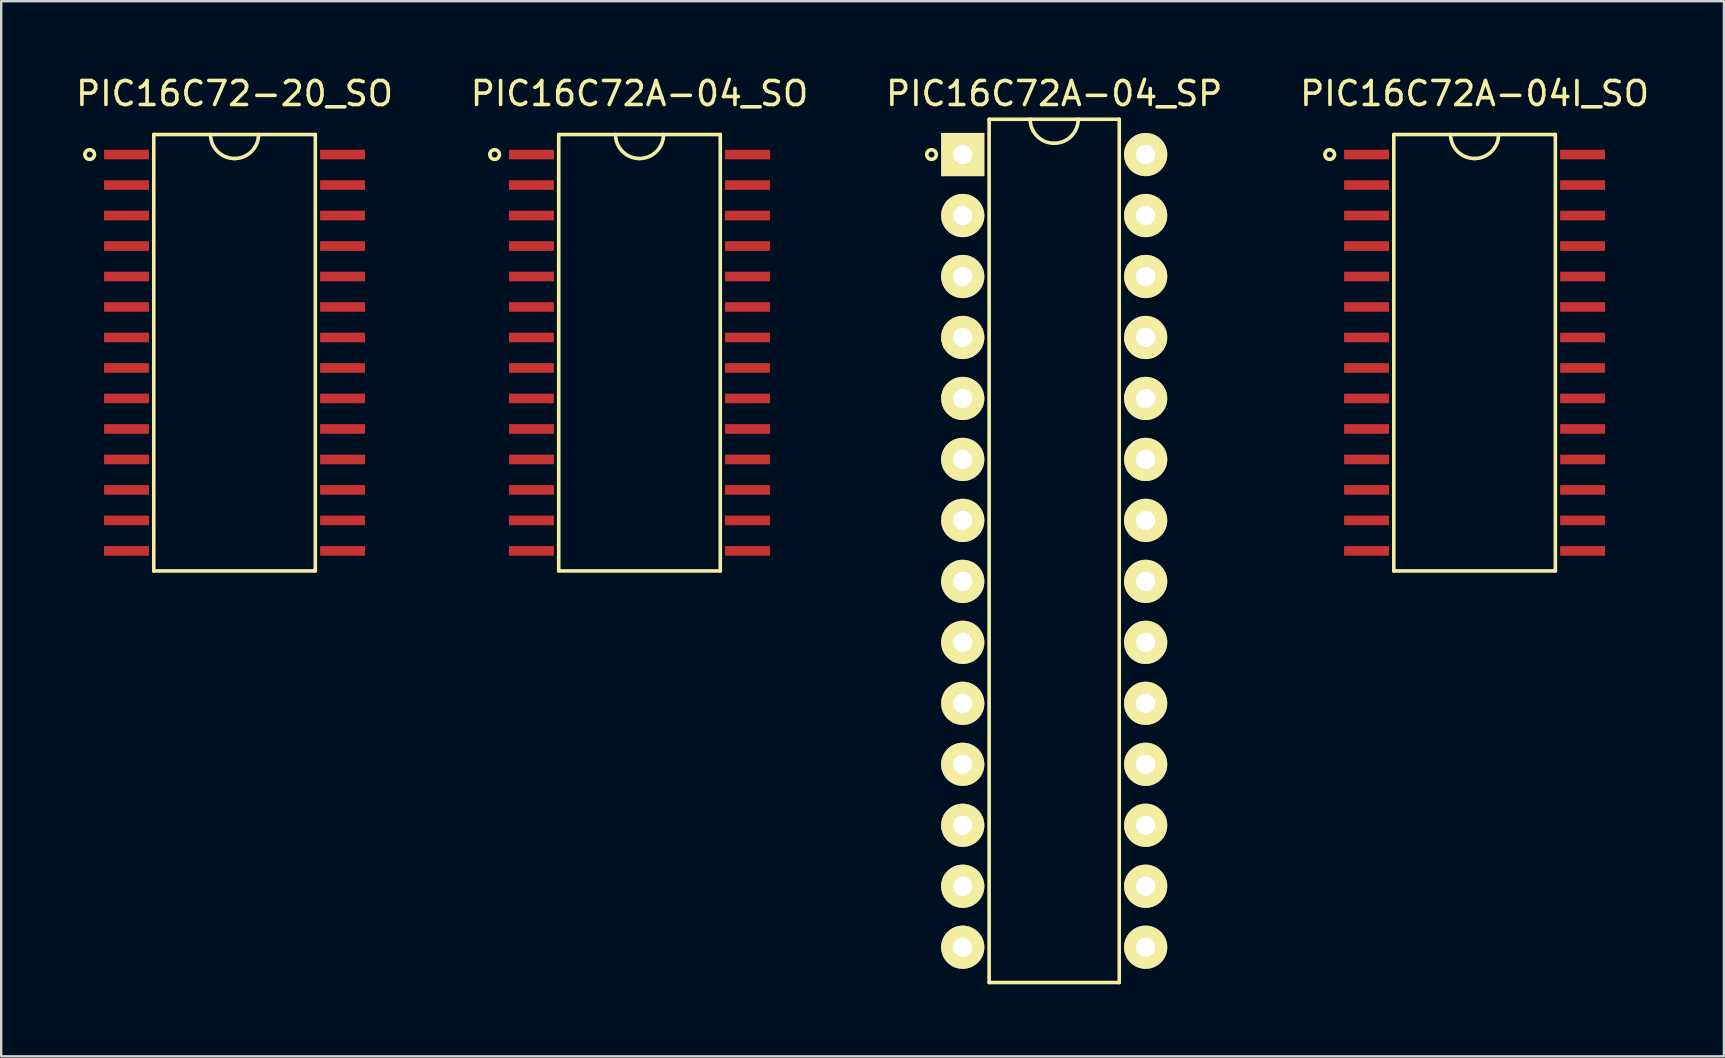
<source format=kicad_pcb>
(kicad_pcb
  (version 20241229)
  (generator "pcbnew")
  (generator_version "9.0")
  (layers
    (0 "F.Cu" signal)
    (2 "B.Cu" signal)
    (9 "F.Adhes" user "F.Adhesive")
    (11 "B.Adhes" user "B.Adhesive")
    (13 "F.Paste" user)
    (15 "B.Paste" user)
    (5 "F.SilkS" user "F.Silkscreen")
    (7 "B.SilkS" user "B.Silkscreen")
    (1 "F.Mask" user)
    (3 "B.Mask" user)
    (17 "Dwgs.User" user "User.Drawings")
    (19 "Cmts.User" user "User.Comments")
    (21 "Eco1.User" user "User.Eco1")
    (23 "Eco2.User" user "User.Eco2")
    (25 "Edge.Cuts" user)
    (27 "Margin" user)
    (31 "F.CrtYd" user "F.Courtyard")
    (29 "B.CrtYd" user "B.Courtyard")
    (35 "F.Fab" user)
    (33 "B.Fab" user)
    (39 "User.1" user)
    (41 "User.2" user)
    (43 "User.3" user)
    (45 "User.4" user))
  (footprint "PIC16C72-20_SO"
    (layer "F.Cu")
    (at 2.22 3.388)
    (property "Reference" "PIC16C72-20_SO" (at 4.5 -2.54 0) (layer "F.SilkS") (effects (font (size 1 1) (thickness 0.15))))
    (attr through_hole)
    (fp_line (start 1.135 -0.835) (end 7.865 -0.835) (stroke (width 0.15) (type solid)) (layer "F.SilkS"))
    (fp_line (start 1.135 17.345) (end 1.135 -0.835) (stroke (width 0.15) (type solid)) (layer "F.SilkS"))
    (fp_line (start 7.865 -0.835) (end 7.865 17.345) (stroke (width 0.15) (type solid)) (layer "F.SilkS"))
    (fp_line (start 7.865 17.345) (end 1.135 17.345) (stroke (width 0.15) (type solid)) (layer "F.SilkS"))
    (fp_arc (start 4.5 0.165) (mid 3.792893 -0.127893) (end 3.5 -0.835) (stroke (width 0.15) (type solid)) (layer "F.SilkS"))
    (fp_arc (start 5.5 -0.835) (mid 5.207107 -0.127893) (end 4.5 0.165) (stroke (width 0.15) (type solid)) (layer "F.SilkS"))
    (fp_circle (center -1.535 0) (end -1.535 0.2) (stroke (width 0.15) (type solid)) (fill no) (layer "F.SilkS"))
    (pad "1" smd rect (at 0 0) (size 1.87 0.4) (layers "F.Cu" "F.Mask" "F.Paste"))
    (pad "2" smd rect (at 0 1.27) (size 1.87 0.4) (layers "F.Cu" "F.Mask" "F.Paste"))
    (pad "3" smd rect (at 0 2.54) (size 1.87 0.4) (layers "F.Cu" "F.Mask" "F.Paste"))
    (pad "4" smd rect (at 0 3.81) (size 1.87 0.4) (layers "F.Cu" "F.Mask" "F.Paste"))
    (pad "5" smd rect (at 0 5.08) (size 1.87 0.4) (layers "F.Cu" "F.Mask" "F.Paste"))
    (pad "6" smd rect (at 0 6.35) (size 1.87 0.4) (layers "F.Cu" "F.Mask" "F.Paste"))
    (pad "7" smd rect (at 0 7.62) (size 1.87 0.4) (layers "F.Cu" "F.Mask" "F.Paste"))
    (pad "8" smd rect (at 0 8.89) (size 1.87 0.4) (layers "F.Cu" "F.Mask" "F.Paste"))
    (pad "9" smd rect (at 0 10.16) (size 1.87 0.4) (layers "F.Cu" "F.Mask" "F.Paste"))
    (pad "10" smd rect (at 0 11.43) (size 1.87 0.4) (layers "F.Cu" "F.Mask" "F.Paste"))
    (pad "11" smd rect (at 0 12.7) (size 1.87 0.4) (layers "F.Cu" "F.Mask" "F.Paste"))
    (pad "12" smd rect (at 0 13.97) (size 1.87 0.4) (layers "F.Cu" "F.Mask" "F.Paste"))
    (pad "13" smd rect (at 0 15.24) (size 1.87 0.4) (layers "F.Cu" "F.Mask" "F.Paste"))
    (pad "14" smd rect (at 0 16.51) (size 1.87 0.4) (layers "F.Cu" "F.Mask" "F.Paste"))
    (pad "15" smd rect (at 9 16.51) (size 1.87 0.4) (layers "F.Cu" "F.Mask" "F.Paste"))
    (pad "16" smd rect (at 9 15.24) (size 1.87 0.4) (layers "F.Cu" "F.Mask" "F.Paste"))
    (pad "17" smd rect (at 9 13.97) (size 1.87 0.4) (layers "F.Cu" "F.Mask" "F.Paste"))
    (pad "18" smd rect (at 9 12.7) (size 1.87 0.4) (layers "F.Cu" "F.Mask" "F.Paste"))
    (pad "19" smd rect (at 9 11.43) (size 1.87 0.4) (layers "F.Cu" "F.Mask" "F.Paste"))
    (pad "20" smd rect (at 9 10.16) (size 1.87 0.4) (layers "F.Cu" "F.Mask" "F.Paste"))
    (pad "21" smd rect (at 9 8.89) (size 1.87 0.4) (layers "F.Cu" "F.Mask" "F.Paste"))
    (pad "22" smd rect (at 9 7.62) (size 1.87 0.4) (layers "F.Cu" "F.Mask" "F.Paste"))
    (pad "23" smd rect (at 9 6.35) (size 1.87 0.4) (layers "F.Cu" "F.Mask" "F.Paste"))
    (pad "24" smd rect (at 9 5.08) (size 1.87 0.4) (layers "F.Cu" "F.Mask" "F.Paste"))
    (pad "25" smd rect (at 9 3.81) (size 1.87 0.4) (layers "F.Cu" "F.Mask" "F.Paste"))
    (pad "26" smd rect (at 9 2.54) (size 1.87 0.4) (layers "F.Cu" "F.Mask" "F.Paste"))
    (pad "27" smd rect (at 9 1.27) (size 1.87 0.4) (layers "F.Cu" "F.Mask" "F.Paste"))
    (pad "28" smd rect (at 9 0) (size 1.87 0.4) (layers "F.Cu" "F.Mask" "F.Paste")))
  (footprint "PIC16C72A-04I_SO"
    (layer "F.Cu")
    (at 53.875 3.388)
    (property "Reference" "PIC16C72A-04I_SO" (at 4.5 -2.54 0) (layer "F.SilkS") (effects (font (size 1 1) (thickness 0.15))))
    (attr through_hole)
    (fp_line (start 1.135 -0.835) (end 7.865 -0.835) (stroke (width 0.15) (type solid)) (layer "F.SilkS"))
    (fp_line (start 1.135 17.345) (end 1.135 -0.835) (stroke (width 0.15) (type solid)) (layer "F.SilkS"))
    (fp_line (start 7.865 -0.835) (end 7.865 17.345) (stroke (width 0.15) (type solid)) (layer "F.SilkS"))
    (fp_line (start 7.865 17.345) (end 1.135 17.345) (stroke (width 0.15) (type solid)) (layer "F.SilkS"))
    (fp_arc (start 4.5 0.165) (mid 3.792893 -0.127893) (end 3.5 -0.835) (stroke (width 0.15) (type solid)) (layer "F.SilkS"))
    (fp_arc (start 5.5 -0.835) (mid 5.207107 -0.127893) (end 4.5 0.165) (stroke (width 0.15) (type solid)) (layer "F.SilkS"))
    (fp_circle (center -1.535 0) (end -1.535 0.2) (stroke (width 0.15) (type solid)) (fill no) (layer "F.SilkS"))
    (pad "1" smd rect (at 0 0) (size 1.87 0.4) (layers "F.Cu" "F.Mask" "F.Paste"))
    (pad "2" smd rect (at 0 1.27) (size 1.87 0.4) (layers "F.Cu" "F.Mask" "F.Paste"))
    (pad "3" smd rect (at 0 2.54) (size 1.87 0.4) (layers "F.Cu" "F.Mask" "F.Paste"))
    (pad "4" smd rect (at 0 3.81) (size 1.87 0.4) (layers "F.Cu" "F.Mask" "F.Paste"))
    (pad "5" smd rect (at 0 5.08) (size 1.87 0.4) (layers "F.Cu" "F.Mask" "F.Paste"))
    (pad "6" smd rect (at 0 6.35) (size 1.87 0.4) (layers "F.Cu" "F.Mask" "F.Paste"))
    (pad "7" smd rect (at 0 7.62) (size 1.87 0.4) (layers "F.Cu" "F.Mask" "F.Paste"))
    (pad "8" smd rect (at 0 8.89) (size 1.87 0.4) (layers "F.Cu" "F.Mask" "F.Paste"))
    (pad "9" smd rect (at 0 10.16) (size 1.87 0.4) (layers "F.Cu" "F.Mask" "F.Paste"))
    (pad "10" smd rect (at 0 11.43) (size 1.87 0.4) (layers "F.Cu" "F.Mask" "F.Paste"))
    (pad "11" smd rect (at 0 12.7) (size 1.87 0.4) (layers "F.Cu" "F.Mask" "F.Paste"))
    (pad "12" smd rect (at 0 13.97) (size 1.87 0.4) (layers "F.Cu" "F.Mask" "F.Paste"))
    (pad "13" smd rect (at 0 15.24) (size 1.87 0.4) (layers "F.Cu" "F.Mask" "F.Paste"))
    (pad "14" smd rect (at 0 16.51) (size 1.87 0.4) (layers "F.Cu" "F.Mask" "F.Paste"))
    (pad "15" smd rect (at 9 16.51) (size 1.87 0.4) (layers "F.Cu" "F.Mask" "F.Paste"))
    (pad "16" smd rect (at 9 15.24) (size 1.87 0.4) (layers "F.Cu" "F.Mask" "F.Paste"))
    (pad "17" smd rect (at 9 13.97) (size 1.87 0.4) (layers "F.Cu" "F.Mask" "F.Paste"))
    (pad "18" smd rect (at 9 12.7) (size 1.87 0.4) (layers "F.Cu" "F.Mask" "F.Paste"))
    (pad "19" smd rect (at 9 11.43) (size 1.87 0.4) (layers "F.Cu" "F.Mask" "F.Paste"))
    (pad "20" smd rect (at 9 10.16) (size 1.87 0.4) (layers "F.Cu" "F.Mask" "F.Paste"))
    (pad "21" smd rect (at 9 8.89) (size 1.87 0.4) (layers "F.Cu" "F.Mask" "F.Paste"))
    (pad "22" smd rect (at 9 7.62) (size 1.87 0.4) (layers "F.Cu" "F.Mask" "F.Paste"))
    (pad "23" smd rect (at 9 6.35) (size 1.87 0.4) (layers "F.Cu" "F.Mask" "F.Paste"))
    (pad "24" smd rect (at 9 5.08) (size 1.87 0.4) (layers "F.Cu" "F.Mask" "F.Paste"))
    (pad "25" smd rect (at 9 3.81) (size 1.87 0.4) (layers "F.Cu" "F.Mask" "F.Paste"))
    (pad "26" smd rect (at 9 2.54) (size 1.87 0.4) (layers "F.Cu" "F.Mask" "F.Paste"))
    (pad "27" smd rect (at 9 1.27) (size 1.87 0.4) (layers "F.Cu" "F.Mask" "F.Paste"))
    (pad "28" smd rect (at 9 0) (size 1.87 0.4) (layers "F.Cu" "F.Mask" "F.Paste")))
  (footprint "PIC16C72A-04_SO"
    (layer "F.Cu")
    (at 19.089 3.388)
    (property "Reference" "PIC16C72A-04_SO" (at 4.5 -2.54 0) (layer "F.SilkS") (effects (font (size 1 1) (thickness 0.15))))
    (attr through_hole)
    (fp_line (start 1.135 -0.835) (end 7.865 -0.835) (stroke (width 0.15) (type solid)) (layer "F.SilkS"))
    (fp_line (start 1.135 17.345) (end 1.135 -0.835) (stroke (width 0.15) (type solid)) (layer "F.SilkS"))
    (fp_line (start 7.865 -0.835) (end 7.865 17.345) (stroke (width 0.15) (type solid)) (layer "F.SilkS"))
    (fp_line (start 7.865 17.345) (end 1.135 17.345) (stroke (width 0.15) (type solid)) (layer "F.SilkS"))
    (fp_arc (start 4.5 0.165) (mid 3.792893 -0.127893) (end 3.5 -0.835) (stroke (width 0.15) (type solid)) (layer "F.SilkS"))
    (fp_arc (start 5.5 -0.835) (mid 5.207107 -0.127893) (end 4.5 0.165) (stroke (width 0.15) (type solid)) (layer "F.SilkS"))
    (fp_circle (center -1.535 0) (end -1.535 0.2) (stroke (width 0.15) (type solid)) (fill no) (layer "F.SilkS"))
    (pad "1" smd rect (at 0 0) (size 1.87 0.4) (layers "F.Cu" "F.Mask" "F.Paste"))
    (pad "2" smd rect (at 0 1.27) (size 1.87 0.4) (layers "F.Cu" "F.Mask" "F.Paste"))
    (pad "3" smd rect (at 0 2.54) (size 1.87 0.4) (layers "F.Cu" "F.Mask" "F.Paste"))
    (pad "4" smd rect (at 0 3.81) (size 1.87 0.4) (layers "F.Cu" "F.Mask" "F.Paste"))
    (pad "5" smd rect (at 0 5.08) (size 1.87 0.4) (layers "F.Cu" "F.Mask" "F.Paste"))
    (pad "6" smd rect (at 0 6.35) (size 1.87 0.4) (layers "F.Cu" "F.Mask" "F.Paste"))
    (pad "7" smd rect (at 0 7.62) (size 1.87 0.4) (layers "F.Cu" "F.Mask" "F.Paste"))
    (pad "8" smd rect (at 0 8.89) (size 1.87 0.4) (layers "F.Cu" "F.Mask" "F.Paste"))
    (pad "9" smd rect (at 0 10.16) (size 1.87 0.4) (layers "F.Cu" "F.Mask" "F.Paste"))
    (pad "10" smd rect (at 0 11.43) (size 1.87 0.4) (layers "F.Cu" "F.Mask" "F.Paste"))
    (pad "11" smd rect (at 0 12.7) (size 1.87 0.4) (layers "F.Cu" "F.Mask" "F.Paste"))
    (pad "12" smd rect (at 0 13.97) (size 1.87 0.4) (layers "F.Cu" "F.Mask" "F.Paste"))
    (pad "13" smd rect (at 0 15.24) (size 1.87 0.4) (layers "F.Cu" "F.Mask" "F.Paste"))
    (pad "14" smd rect (at 0 16.51) (size 1.87 0.4) (layers "F.Cu" "F.Mask" "F.Paste"))
    (pad "15" smd rect (at 9 16.51) (size 1.87 0.4) (layers "F.Cu" "F.Mask" "F.Paste"))
    (pad "16" smd rect (at 9 15.24) (size 1.87 0.4) (layers "F.Cu" "F.Mask" "F.Paste"))
    (pad "17" smd rect (at 9 13.97) (size 1.87 0.4) (layers "F.Cu" "F.Mask" "F.Paste"))
    (pad "18" smd rect (at 9 12.7) (size 1.87 0.4) (layers "F.Cu" "F.Mask" "F.Paste"))
    (pad "19" smd rect (at 9 11.43) (size 1.87 0.4) (layers "F.Cu" "F.Mask" "F.Paste"))
    (pad "20" smd rect (at 9 10.16) (size 1.87 0.4) (layers "F.Cu" "F.Mask" "F.Paste"))
    (pad "21" smd rect (at 9 8.89) (size 1.87 0.4) (layers "F.Cu" "F.Mask" "F.Paste"))
    (pad "22" smd rect (at 9 7.62) (size 1.87 0.4) (layers "F.Cu" "F.Mask" "F.Paste"))
    (pad "23" smd rect (at 9 6.35) (size 1.87 0.4) (layers "F.Cu" "F.Mask" "F.Paste"))
    (pad "24" smd rect (at 9 5.08) (size 1.87 0.4) (layers "F.Cu" "F.Mask" "F.Paste"))
    (pad "25" smd rect (at 9 3.81) (size 1.87 0.4) (layers "F.Cu" "F.Mask" "F.Paste"))
    (pad "26" smd rect (at 9 2.54) (size 1.87 0.4) (layers "F.Cu" "F.Mask" "F.Paste"))
    (pad "27" smd rect (at 9 1.27) (size 1.87 0.4) (layers "F.Cu" "F.Mask" "F.Paste"))
    (pad "28" smd rect (at 9 0) (size 1.87 0.4) (layers "F.Cu" "F.Mask" "F.Paste")))
  (footprint "PIC16C72A-04_SP"
    (layer "F.Cu")
    (at 37.053 3.388)
    (property "Reference" "PIC16C72A-04_SP" (at 3.81 -2.54 0) (layer "F.SilkS") (effects (font (size 1 1) (thickness 0.15))))
    (attr through_hole)
    (fp_line (start 1.1 -1.47) (end 6.52 -1.47) (stroke (width 0.15) (type solid)) (layer "F.SilkS"))
    (fp_line (start 1.1 34.49) (end 1.1 -1.47) (stroke (width 0.15) (type solid)) (layer "F.SilkS"))
    (fp_line (start 6.52 -1.47) (end 6.52 34.49) (stroke (width 0.15) (type solid)) (layer "F.SilkS"))
    (fp_line (start 6.52 34.49) (end 1.1 34.49) (stroke (width 0.15) (type solid)) (layer "F.SilkS"))
    (fp_arc (start 3.81 -0.47) (mid 3.102893 -0.762893) (end 2.81 -1.47) (stroke (width 0.15) (type solid)) (layer "F.SilkS"))
    (fp_arc (start 4.81 -1.47) (mid 4.517107 -0.762893) (end 3.81 -0.47) (stroke (width 0.15) (type solid)) (layer "F.SilkS"))
    (fp_circle (center -1.3 0) (end -1.3 0.2) (stroke (width 0.15) (type solid)) (fill no) (layer "F.SilkS"))
    (pad "1" thru_hole rect (at 0 0) (size 1.8 1.8) (drill 0.8) (layers "*.Cu" "*.Mask" "F.SilkS"))
    (pad "2" thru_hole circle (at 0 2.54) (size 1.8 1.8) (drill 0.8) (layers "*.Cu" "*.Mask" "F.SilkS"))
    (pad "3" thru_hole circle (at 0 5.08) (size 1.8 1.8) (drill 0.8) (layers "*.Cu" "*.Mask" "F.SilkS"))
    (pad "4" thru_hole circle (at 0 7.62) (size 1.8 1.8) (drill 0.8) (layers "*.Cu" "*.Mask" "F.SilkS"))
    (pad "5" thru_hole circle (at 0 10.16) (size 1.8 1.8) (drill 0.8) (layers "*.Cu" "*.Mask" "F.SilkS"))
    (pad "6" thru_hole circle (at 0 12.7) (size 1.8 1.8) (drill 0.8) (layers "*.Cu" "*.Mask" "F.SilkS"))
    (pad "7" thru_hole circle (at 0 15.24) (size 1.8 1.8) (drill 0.8) (layers "*.Cu" "*.Mask" "F.SilkS"))
    (pad "8" thru_hole circle (at 0 17.78) (size 1.8 1.8) (drill 0.8) (layers "*.Cu" "*.Mask" "F.SilkS"))
    (pad "9" thru_hole circle (at 0 20.32) (size 1.8 1.8) (drill 0.8) (layers "*.Cu" "*.Mask" "F.SilkS"))
    (pad "10" thru_hole circle (at 0 22.86) (size 1.8 1.8) (drill 0.8) (layers "*.Cu" "*.Mask" "F.SilkS"))
    (pad "11" thru_hole circle (at 0 25.4) (size 1.8 1.8) (drill 0.8) (layers "*.Cu" "*.Mask" "F.SilkS"))
    (pad "12" thru_hole circle (at 0 27.94) (size 1.8 1.8) (drill 0.8) (layers "*.Cu" "*.Mask" "F.SilkS"))
    (pad "13" thru_hole circle (at 0 30.48) (size 1.8 1.8) (drill 0.8) (layers "*.Cu" "*.Mask" "F.SilkS"))
    (pad "14" thru_hole circle (at 0 33.02) (size 1.8 1.8) (drill 0.8) (layers "*.Cu" "*.Mask" "F.SilkS"))
    (pad "15" thru_hole circle (at 7.62 33.02) (size 1.8 1.8) (drill 0.8) (layers "*.Cu" "*.Mask" "F.SilkS"))
    (pad "16" thru_hole circle (at 7.62 30.48) (size 1.8 1.8) (drill 0.8) (layers "*.Cu" "*.Mask" "F.SilkS"))
    (pad "17" thru_hole circle (at 7.62 27.94) (size 1.8 1.8) (drill 0.8) (layers "*.Cu" "*.Mask" "F.SilkS"))
    (pad "18" thru_hole circle (at 7.62 25.4) (size 1.8 1.8) (drill 0.8) (layers "*.Cu" "*.Mask" "F.SilkS"))
    (pad "19" thru_hole circle (at 7.62 22.86) (size 1.8 1.8) (drill 0.8) (layers "*.Cu" "*.Mask" "F.SilkS"))
    (pad "20" thru_hole circle (at 7.62 20.32) (size 1.8 1.8) (drill 0.8) (layers "*.Cu" "*.Mask" "F.SilkS"))
    (pad "21" thru_hole circle (at 7.62 17.78) (size 1.8 1.8) (drill 0.8) (layers "*.Cu" "*.Mask" "F.SilkS"))
    (pad "22" thru_hole circle (at 7.62 15.24) (size 1.8 1.8) (drill 0.8) (layers "*.Cu" "*.Mask" "F.SilkS"))
    (pad "23" thru_hole circle (at 7.62 12.7) (size 1.8 1.8) (drill 0.8) (layers "*.Cu" "*.Mask" "F.SilkS"))
    (pad "24" thru_hole circle (at 7.62 10.16) (size 1.8 1.8) (drill 0.8) (layers "*.Cu" "*.Mask" "F.SilkS"))
    (pad "25" thru_hole circle (at 7.62 7.62) (size 1.8 1.8) (drill 0.8) (layers "*.Cu" "*.Mask" "F.SilkS"))
    (pad "26" thru_hole circle (at 7.62 5.08) (size 1.8 1.8) (drill 0.8) (layers "*.Cu" "*.Mask" "F.SilkS"))
    (pad "27" thru_hole circle (at 7.62 2.54) (size 1.8 1.8) (drill 0.8) (layers "*.Cu" "*.Mask" "F.SilkS"))
    (pad "28" thru_hole circle (at 7.62 0) (size 1.8 1.8) (drill 0.8) (layers "*.Cu" "*.Mask" "F.SilkS")))
  (gr_rect
    (start -3 -3)
    (end 68.762 40.953)
    (stroke (width 0.1) (type default))
    (fill no)
    (layer "Edge.Cuts")))
</source>
